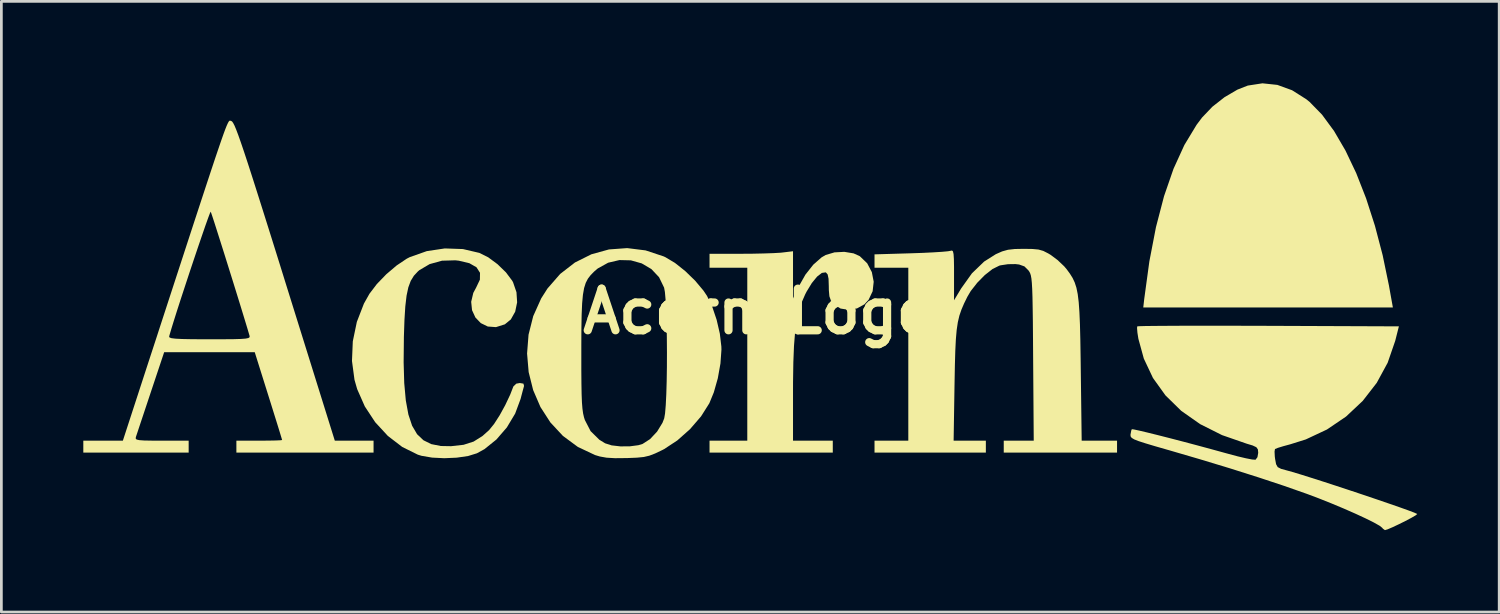
<source format=kicad_pcb>
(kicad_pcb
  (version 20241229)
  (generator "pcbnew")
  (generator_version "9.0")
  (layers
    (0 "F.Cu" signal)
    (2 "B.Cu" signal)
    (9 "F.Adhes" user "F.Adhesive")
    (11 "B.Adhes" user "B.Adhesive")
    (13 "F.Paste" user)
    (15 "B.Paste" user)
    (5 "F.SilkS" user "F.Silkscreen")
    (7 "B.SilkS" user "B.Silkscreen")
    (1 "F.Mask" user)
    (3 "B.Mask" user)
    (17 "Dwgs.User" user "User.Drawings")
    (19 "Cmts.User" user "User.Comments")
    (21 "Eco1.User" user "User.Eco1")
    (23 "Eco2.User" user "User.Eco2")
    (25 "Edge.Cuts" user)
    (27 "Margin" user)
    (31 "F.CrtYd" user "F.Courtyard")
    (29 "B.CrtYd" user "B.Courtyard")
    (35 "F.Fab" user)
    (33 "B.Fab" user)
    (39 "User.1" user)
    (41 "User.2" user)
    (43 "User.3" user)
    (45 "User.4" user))
  (footprint "Acorn Logo"
    (layer "F.Cu")
    (at 24.745 8.352)
    (property "Reference" "Acorn Logo" (at 0 0 0) (layer "F.SilkS") (effects (font (size 1.524 1.524) (thickness 0.3))))
    (attr board_only exclude_from_pos_files exclude_from_bom)
    (fp_poly (pts (xy 18.969 -8.294) (xy 19.508 -8.098) (xy 20.028 -7.769) (xy 20.149 -7.671) (xy 20.604 -7.205) (xy 21.044 -6.607) (xy 21.463 -5.889) (xy 21.856 -5.063) (xy 22.217 -4.142) (xy 22.541 -3.137) (xy 22.823 -2.063) (xy 23.058 -0.93) (xy 23.061 -0.909) (xy 23.198 -0.146) (xy 14.06 -0.146) (xy 14.095 -0.455) (xy 14.283 -1.833) (xy 14.525 -3.088) (xy 14.82 -4.219) (xy 15.167 -5.222) (xy 15.565 -6.094) (xy 16.013 -6.834) (xy 16.212 -7.099) (xy 16.589 -7.494) (xy 17.036 -7.845) (xy 17.508 -8.121) (xy 17.886 -8.269) (xy 18.424 -8.352)) (stroke (width 0) (type solid)) (fill yes) (layer "F.SilkS"))
    (fp_poly (pts (xy 1.237 -1.338) (xy 1.237 -0.473) (xy 1.449 -0.92) (xy 1.693 -1.35) (xy 1.98 -1.713) (xy 2.283 -1.98) (xy 2.433 -2.067) (xy 2.756 -2.163) (xy 3.116 -2.182) (xy 3.455 -2.126) (xy 3.682 -2.023) (xy 3.953 -1.762) (xy 4.123 -1.439) (xy 4.191 -1.087) (xy 4.152 -0.739) (xy 4.004 -0.426) (xy 3.85 -0.26) (xy 3.58 -0.111) (xy 3.274 -0.059) (xy 2.978 -0.106) (xy 2.74 -0.251) (xy 2.726 -0.265) (xy 2.624 -0.399) (xy 2.569 -0.554) (xy 2.549 -0.779) (xy 2.547 -0.923) (xy 2.538 -1.197) (xy 2.505 -1.355) (xy 2.442 -1.427) (xy 2.434 -1.431) (xy 2.293 -1.411) (xy 2.118 -1.275) (xy 1.926 -1.04) (xy 1.735 -0.727) (xy 1.683 -0.626) (xy 1.555 -0.333) (xy 1.452 -0.016) (xy 1.372 0.343) (xy 1.313 0.762) (xy 1.273 1.262) (xy 1.249 1.861) (xy 1.238 2.578) (xy 1.237 2.921) (xy 1.237 4.731) (xy 2.693 4.731) (xy 2.693 5.167) (xy -1.819 5.167) (xy -1.819 4.731) (xy -0.437 4.731) (xy -0.437 -1.601) (xy -1.819 -1.601) (xy -1.819 -2.111) (xy -0.673 -2.111) (xy -0.244 -2.114) (xy 0.165 -2.123) (xy 0.519 -2.135) (xy 0.78 -2.15) (xy 0.855 -2.158) (xy 1.237 -2.204)) (stroke (width 0) (type solid)) (fill yes) (layer "F.SilkS"))
    (fp_poly (pts (xy 10.004 -2.287) (xy 10.226 -2.266) (xy 10.4 -2.216) (xy 10.575 -2.127) (xy 10.666 -2.073) (xy 10.921 -1.883) (xy 11.165 -1.652) (xy 11.258 -1.542) (xy 11.375 -1.382) (xy 11.472 -1.227) (xy 11.55 -1.061) (xy 11.612 -0.87) (xy 11.66 -0.635) (xy 11.696 -0.343) (xy 11.722 0.023) (xy 11.742 0.479) (xy 11.756 1.04) (xy 11.767 1.723) (xy 11.772 2.129) (xy 11.805 4.731) (xy 13.1 4.731) (xy 13.1 5.167) (xy 8.952 5.167) (xy 8.952 4.731) (xy 10.05 4.731) (xy 10.028 1.716) (xy 10.023 0.974) (xy 10.018 0.363) (xy 10.011 -0.13) (xy 10.004 -0.519) (xy 9.994 -0.818) (xy 9.981 -1.042) (xy 9.965 -1.204) (xy 9.944 -1.319) (xy 9.918 -1.399) (xy 9.886 -1.46) (xy 9.854 -1.505) (xy 9.709 -1.649) (xy 9.517 -1.718) (xy 9.381 -1.734) (xy 9.106 -1.73) (xy 8.836 -1.689) (xy 8.791 -1.677) (xy 8.541 -1.553) (xy 8.26 -1.333) (xy 7.983 -1.052) (xy 7.743 -0.746) (xy 7.621 -0.539) (xy 7.5 -0.293) (xy 7.404 -0.069) (xy 7.328 0.153) (xy 7.271 0.395) (xy 7.229 0.678) (xy 7.199 1.021) (xy 7.178 1.446) (xy 7.163 1.974) (xy 7.151 2.625) (xy 7.15 2.675) (xy 7.117 4.731) (xy 8.297 4.731) (xy 8.297 5.167) (xy 4.221 5.167) (xy 4.221 4.731) (xy 5.458 4.731) (xy 5.458 -1.601) (xy 4.221 -1.601) (xy 4.221 -2.09) (xy 5.549 -2.129) (xy 5.982 -2.144) (xy 6.37 -2.163) (xy 6.688 -2.183) (xy 6.909 -2.203) (xy 7.005 -2.22) (xy 7.057 -2.231) (xy 7.093 -2.198) (xy 7.115 -2.1) (xy 7.127 -1.916) (xy 7.132 -1.623) (xy 7.132 -1.34) (xy 7.132 -0.409) (xy 7.392 -0.841) (xy 7.787 -1.395) (xy 8.234 -1.826) (xy 8.661 -2.096) (xy 8.892 -2.198) (xy 9.106 -2.258) (xy 9.358 -2.286) (xy 9.686 -2.292)) (stroke (width 0) (type solid)) (fill yes) (layer "F.SilkS"))
    (fp_poly (pts (xy -10.848 -2.284) (xy -10.244 -2.143) (xy -9.92 -1.981) (xy -9.581 -1.73) (xy -9.273 -1.431) (xy -9.044 -1.126) (xy -9.012 -1.068) (xy -8.887 -0.704) (xy -8.863 -0.334) (xy -8.934 0.009) (xy -9.094 0.293) (xy -9.313 0.472) (xy -9.638 0.574) (xy -9.937 0.552) (xy -10.193 0.427) (xy -10.391 0.221) (xy -10.514 -0.047) (xy -10.545 -0.353) (xy -10.468 -0.679) (xy -10.366 -0.869) (xy -10.226 -1.164) (xy -10.222 -1.415) (xy -10.352 -1.618) (xy -10.612 -1.766) (xy -10.998 -1.858) (xy -11.126 -1.872) (xy -11.613 -1.858) (xy -12.066 -1.733) (xy -12.444 -1.51) (xy -12.497 -1.464) (xy -12.643 -1.307) (xy -12.758 -1.119) (xy -12.846 -0.882) (xy -12.911 -0.577) (xy -12.957 -0.184) (xy -12.988 0.315) (xy -13.009 0.94) (xy -13.009 0.968) (xy -13.018 1.862) (xy -12.996 2.621) (xy -12.939 3.255) (xy -12.844 3.773) (xy -12.708 4.183) (xy -12.525 4.495) (xy -12.292 4.716) (xy -12.006 4.857) (xy -11.662 4.926) (xy -11.281 4.933) (xy -10.824 4.882) (xy -10.456 4.764) (xy -10.128 4.557) (xy -9.887 4.341) (xy -9.707 4.119) (xy -9.503 3.802) (xy -9.298 3.429) (xy -9.116 3.043) (xy -9.001 2.747) (xy -8.895 2.644) (xy -8.767 2.62) (xy -8.632 2.643) (xy -8.61 2.725) (xy -8.615 2.747) (xy -8.655 2.894) (xy -8.713 3.112) (xy -8.736 3.202) (xy -8.935 3.739) (xy -9.239 4.246) (xy -9.623 4.69) (xy -10.059 5.041) (xy -10.335 5.193) (xy -10.659 5.293) (xy -11.074 5.353) (xy -11.529 5.373) (xy -11.975 5.351) (xy -12.362 5.285) (xy -12.497 5.244) (xy -13.069 4.961) (xy -13.596 4.557) (xy -14.06 4.054) (xy -14.44 3.476) (xy -14.719 2.844) (xy -14.817 2.503) (xy -14.909 1.813) (xy -14.879 1.094) (xy -14.731 0.382) (xy -14.472 -0.287) (xy -14.269 -0.648) (xy -13.998 -1.004) (xy -13.652 -1.362) (xy -13.273 -1.684) (xy -12.906 -1.93) (xy -12.794 -1.988) (xy -12.171 -2.208) (xy -11.51 -2.307)) (stroke (width 0) (type solid)) (fill yes) (layer "F.SilkS"))
    (fp_poly (pts (xy -4.16 -2.235) (xy -3.497 -2.015) (xy -3.433 -1.985) (xy -3.085 -1.777) (xy -2.71 -1.479) (xy -2.349 -1.129) (xy -2.044 -0.766) (xy -1.912 -0.57) (xy -1.721 -0.175) (xy -1.559 0.305) (xy -1.442 0.812) (xy -1.386 1.286) (xy -1.383 1.398) (xy -1.419 1.903) (xy -1.516 2.446) (xy -1.662 2.962) (xy -1.826 3.361) (xy -2.13 3.842) (xy -2.534 4.31) (xy -2.998 4.722) (xy -3.48 5.039) (xy -3.552 5.076) (xy -3.812 5.2) (xy -4.02 5.28) (xy -4.225 5.328) (xy -4.475 5.353) (xy -4.815 5.367) (xy -4.871 5.368) (xy -5.281 5.372) (xy -5.588 5.354) (xy -5.835 5.31) (xy -6.011 5.257) (xy -6.64 4.96) (xy -7.186 4.557) (xy -7.644 4.065) (xy -8.009 3.5) (xy -8.276 2.88) (xy -8.441 2.22) (xy -8.499 1.538) (xy -8.498 1.528) (xy -6.513 1.528) (xy -6.513 2.151) (xy -6.509 2.646) (xy -6.502 3.033) (xy -6.49 3.331) (xy -6.472 3.557) (xy -6.448 3.732) (xy -6.416 3.872) (xy -6.384 3.973) (xy -6.173 4.382) (xy -5.853 4.697) (xy -5.64 4.828) (xy -5.403 4.903) (xy -5.083 4.94) (xy -4.738 4.938) (xy -4.425 4.897) (xy -4.272 4.851) (xy -3.996 4.673) (xy -3.739 4.399) (xy -3.542 4.077) (xy -3.478 3.913) (xy -3.447 3.732) (xy -3.422 3.429) (xy -3.402 3.03) (xy -3.388 2.559) (xy -3.38 2.04) (xy -3.378 1.498) (xy -3.382 0.956) (xy -3.391 0.44) (xy -3.406 -0.026) (xy -3.427 -0.417) (xy -3.453 -0.711) (xy -3.482 -0.871) (xy -3.667 -1.253) (xy -3.948 -1.551) (xy -4.301 -1.759) (xy -4.699 -1.871) (xy -5.118 -1.881) (xy -5.531 -1.784) (xy -5.912 -1.573) (xy -6.046 -1.458) (xy -6.171 -1.33) (xy -6.272 -1.199) (xy -6.351 -1.046) (xy -6.411 -0.856) (xy -6.454 -0.611) (xy -6.483 -0.295) (xy -6.501 0.109) (xy -6.51 0.619) (xy -6.513 1.251) (xy -6.513 1.528) (xy -8.498 1.528) (xy -8.445 0.85) (xy -8.274 0.172) (xy -7.982 -0.478) (xy -7.751 -0.841) (xy -7.287 -1.373) (xy -6.746 -1.792) (xy -6.145 -2.092) (xy -5.502 -2.27) (xy -4.834 -2.319)) (stroke (width 0) (type solid)) (fill yes) (layer "F.SilkS"))
    (fp_poly (pts (xy 17.513 0.524) (xy 18.317 0.526) (xy 18.648 0.527) (xy 23.418 0.546) (xy 23.283 1.079) (xy 23.007 1.878) (xy 22.607 2.614) (xy 22.095 3.274) (xy 21.484 3.848) (xy 20.785 4.322) (xy 20.011 4.685) (xy 19.441 4.864) (xy 19.184 4.934) (xy 18.985 4.995) (xy 18.885 5.036) (xy 18.882 5.038) (xy 18.866 5.13) (xy 18.875 5.311) (xy 18.887 5.403) (xy 18.922 5.592) (xy 18.982 5.699) (xy 19.106 5.763) (xy 19.311 5.819) (xy 19.52 5.877) (xy 19.825 5.969) (xy 20.207 6.089) (xy 20.648 6.23) (xy 21.127 6.386) (xy 21.627 6.551) (xy 22.128 6.718) (xy 22.61 6.881) (xy 23.056 7.034) (xy 23.445 7.169) (xy 23.758 7.281) (xy 23.978 7.364) (xy 24.083 7.411) (xy 24.09 7.417) (xy 24.03 7.466) (xy 23.873 7.557) (xy 23.656 7.672) (xy 23.414 7.792) (xy 23.185 7.9) (xy 23.004 7.977) (xy 22.908 8.006) (xy 22.832 7.953) (xy 22.81 7.923) (xy 22.713 7.846) (xy 22.502 7.727) (xy 22.197 7.575) (xy 21.821 7.401) (xy 21.395 7.214) (xy 20.94 7.024) (xy 20.479 6.84) (xy 20.051 6.679) (xy 19.22 6.387) (xy 18.273 6.073) (xy 17.234 5.744) (xy 16.128 5.409) (xy 14.982 5.074) (xy 14.956 5.067) (xy 14.483 4.931) (xy 14.133 4.826) (xy 13.886 4.746) (xy 13.727 4.683) (xy 13.637 4.629) (xy 13.598 4.577) (xy 13.592 4.52) (xy 13.593 4.506) (xy 13.619 4.364) (xy 13.641 4.311) (xy 13.717 4.32) (xy 13.915 4.363) (xy 14.216 4.434) (xy 14.599 4.529) (xy 15.047 4.643) (xy 15.539 4.771) (xy 16.058 4.909) (xy 16.583 5.051) (xy 17.096 5.192) (xy 17.169 5.212) (xy 17.517 5.305) (xy 17.819 5.376) (xy 18.044 5.42) (xy 18.164 5.429) (xy 18.17 5.428) (xy 18.24 5.336) (xy 18.268 5.175) (xy 18.256 5.051) (xy 18.2 4.971) (xy 18.065 4.907) (xy 17.849 4.842) (xy 16.943 4.527) (xy 16.142 4.125) (xy 15.451 3.64) (xy 14.874 3.075) (xy 14.415 2.436) (xy 14.08 1.726) (xy 13.881 1.001) (xy 13.845 0.771) (xy 13.832 0.604) (xy 13.84 0.546) (xy 13.917 0.54) (xy 14.128 0.534) (xy 14.46 0.53) (xy 14.901 0.527) (xy 15.439 0.524) (xy 16.062 0.523) (xy 16.757 0.523)) (stroke (width 0) (type solid)) (fill yes) (layer "F.SilkS"))
    (fp_poly (pts (xy -19.365 -6.984) (xy -19.347 -6.977) (xy -19.328 -6.972) (xy -19.298 -6.953) (xy -19.26 -6.901) (xy -19.211 -6.807) (xy -19.15 -6.662) (xy -19.073 -6.459) (xy -18.977 -6.187) (xy -18.859 -5.84) (xy -18.717 -5.409) (xy -18.548 -4.885) (xy -18.349 -4.26) (xy -18.117 -3.526) (xy -17.849 -2.674) (xy -17.543 -1.696) (xy -17.361 -1.11) (xy -15.538 4.73) (xy -14.829 4.73) (xy -14.119 4.731) (xy -14.119 5.167) (xy -19.141 5.167) (xy -19.141 4.731) (xy -18.304 4.731) (xy -17.974 4.729) (xy -17.706 4.724) (xy -17.527 4.716) (xy -17.467 4.707) (xy -17.488 4.634) (xy -17.546 4.442) (xy -17.636 4.15) (xy -17.752 3.779) (xy -17.886 3.349) (xy -17.968 3.088) (xy -18.469 1.492) (xy -21.785 1.492) (xy -22.283 2.984) (xy -22.432 3.431) (xy -22.567 3.836) (xy -22.681 4.178) (xy -22.766 4.434) (xy -22.815 4.581) (xy -22.822 4.603) (xy -22.827 4.654) (xy -22.792 4.69) (xy -22.693 4.712) (xy -22.51 4.725) (xy -22.221 4.73) (xy -21.875 4.731) (xy -20.888 4.731) (xy -20.888 5.167) (xy -24.745 5.167) (xy -24.745 4.731) (xy -23.297 4.731) (xy -22.378 1.91) (xy -22.054 0.919) (xy -21.603 0.919) (xy -21.588 0.953) (xy -21.516 0.979) (xy -21.368 0.997) (xy -21.13 1.009) (xy -20.785 1.016) (xy -20.317 1.019) (xy -20.124 1.019) (xy -19.62 1.018) (xy -19.244 1.015) (xy -18.977 1.007) (xy -18.803 0.994) (xy -18.703 0.974) (xy -18.66 0.945) (xy -18.655 0.906) (xy -18.659 0.892) (xy -18.736 0.63) (xy -18.842 0.281) (xy -18.969 -0.135) (xy -19.112 -0.598) (xy -19.264 -1.088) (xy -19.42 -1.587) (xy -19.572 -2.073) (xy -19.716 -2.528) (xy -19.844 -2.931) (xy -19.95 -3.264) (xy -20.029 -3.505) (xy -20.074 -3.636) (xy -20.081 -3.653) (xy -20.11 -3.596) (xy -20.176 -3.42) (xy -20.275 -3.143) (xy -20.398 -2.786) (xy -20.541 -2.368) (xy -20.696 -1.908) (xy -20.857 -1.426) (xy -21.017 -0.94) (xy -21.171 -0.471) (xy -21.311 -0.037) (xy -21.431 0.342) (xy -21.525 0.647) (xy -21.587 0.858) (xy -21.603 0.919) (xy -22.054 0.919) (xy -21.956 0.616) (xy -21.577 -0.546) (xy -21.238 -1.585) (xy -20.938 -2.505) (xy -20.673 -3.316) (xy -20.441 -4.023) (xy -20.24 -4.634) (xy -20.068 -5.155) (xy -19.922 -5.594) (xy -19.799 -5.957) (xy -19.698 -6.252) (xy -19.616 -6.485) (xy -19.55 -6.664) (xy -19.498 -6.795) (xy -19.457 -6.886) (xy -19.426 -6.944) (xy -19.402 -6.974) (xy -19.383 -6.985)) (stroke (width 0) (type solid)) (fill yes) (layer "F.SilkS")))
  (gr_rect
    (start -3 -3)
    (end 51.835 19.357)
    (stroke (width 0.1) (type default))
    (fill no)
    (layer "Edge.Cuts")))
</source>
